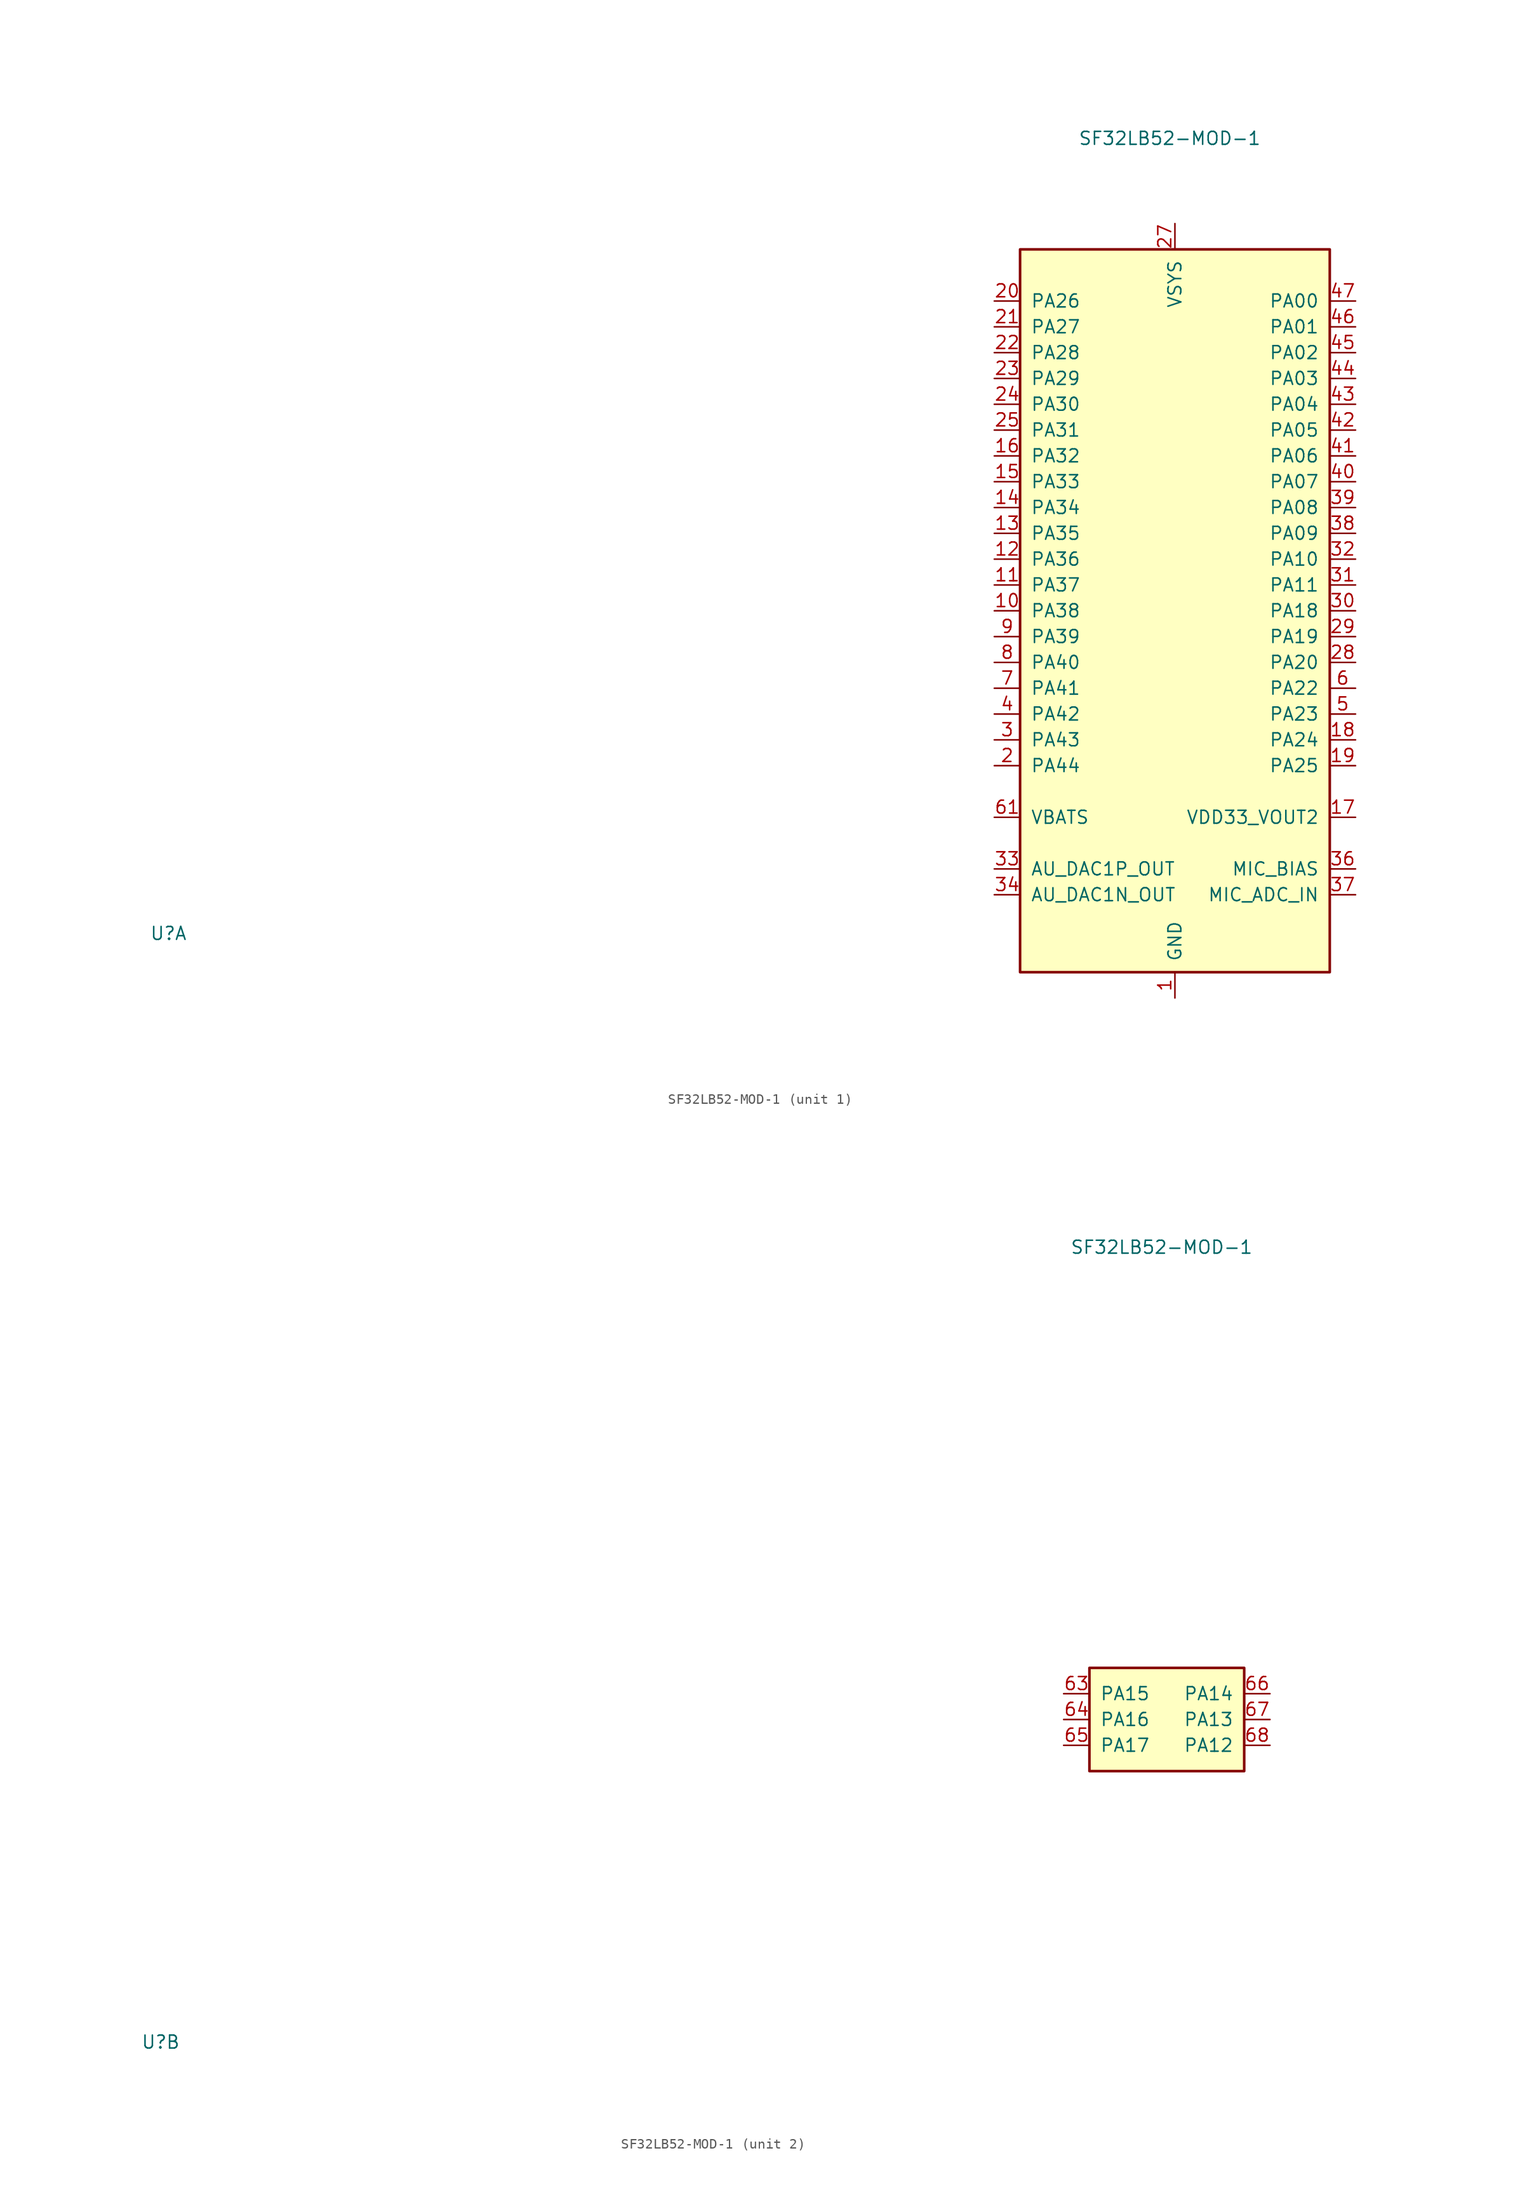
<source format=kicad_sym>
(kicad_symbol_lib
  (version 20241209)
  (generator "kicad_symbol_editor")
  (generator_version "9.0")
  (symbol "SF32LB52-MOD-1"
    (pin_names
      (offset 1.016))
    (property "Reference" "U"
      (at -99.06 -31.75 0)
      (effects (font (size 1.27 1.27))))
    (property "Value" "SF32LB52-MOD-1"
      (at -0.508 46.482 0)
      (effects (font (size 1.27 1.27))))
    (symbol "SF32LB52-MOD-1_1_1"
      (rectangle (start -15.24 35.56) (end 15.24 -35.56) (stroke (width 0.254) (type solid)) (fill (type background)))
      (pin bidirectional line (at -17.78 30.48 0) (length 2.54) (name "PA26" (effects (font (size 1.27 1.27)))) (number "20" (effects (font (size 1.27 1.27)))))
      (pin bidirectional line (at -17.78 27.94 0) (length 2.54) (name "PA27" (effects (font (size 1.27 1.27)))) (number "21" (effects (font (size 1.27 1.27)))))
      (pin bidirectional line (at -17.78 25.4 0) (length 2.54) (name "PA28" (effects (font (size 1.27 1.27)))) (number "22" (effects (font (size 1.27 1.27)))))
      (pin bidirectional line (at -17.78 22.86 0) (length 2.54) (name "PA29" (effects (font (size 1.27 1.27)))) (number "23" (effects (font (size 1.27 1.27)))))
      (pin bidirectional line (at -17.78 20.32 0) (length 2.54) (name "PA30" (effects (font (size 1.27 1.27)))) (number "24" (effects (font (size 1.27 1.27)))))
      (pin bidirectional line (at -17.78 17.78 0) (length 2.54) (name "PA31" (effects (font (size 1.27 1.27)))) (number "25" (effects (font (size 1.27 1.27)))))
      (pin bidirectional line (at -17.78 15.24 0) (length 2.54) (name "PA32" (effects (font (size 1.27 1.27)))) (number "16" (effects (font (size 1.27 1.27)))))
      (pin bidirectional line (at -17.78 12.7 0) (length 2.54) (name "PA33" (effects (font (size 1.27 1.27)))) (number "15" (effects (font (size 1.27 1.27)))))
      (pin bidirectional line (at -17.78 10.16 0) (length 2.54) (name "PA34" (effects (font (size 1.27 1.27)))) (number "14" (effects (font (size 1.27 1.27)))))
      (pin bidirectional line (at -17.78 7.62 0) (length 2.54) (name "PA35" (effects (font (size 1.27 1.27)))) (number "13" (effects (font (size 1.27 1.27)))))
      (pin bidirectional line (at -17.78 5.08 0) (length 2.54) (name "PA36" (effects (font (size 1.27 1.27)))) (number "12" (effects (font (size 1.27 1.27)))))
      (pin bidirectional line (at -17.78 2.54 0) (length 2.54) (name "PA37" (effects (font (size 1.27 1.27)))) (number "11" (effects (font (size 1.27 1.27)))))
      (pin bidirectional line (at -17.78 0 0) (length 2.54) (name "PA38" (effects (font (size 1.27 1.27)))) (number "10" (effects (font (size 1.27 1.27)))))
      (pin bidirectional line (at -17.78 -2.54 0) (length 2.54) (name "PA39" (effects (font (size 1.27 1.27)))) (number "9" (effects (font (size 1.27 1.27)))))
      (pin bidirectional line (at -17.78 -5.08 0) (length 2.54) (name "PA40" (effects (font (size 1.27 1.27)))) (number "8" (effects (font (size 1.27 1.27)))))
      (pin bidirectional line (at -17.78 -7.62 0) (length 2.54) (name "PA41" (effects (font (size 1.27 1.27)))) (number "7" (effects (font (size 1.27 1.27)))))
      (pin bidirectional line (at -17.78 -10.16 0) (length 2.54) (name "PA42" (effects (font (size 1.27 1.27)))) (number "4" (effects (font (size 1.27 1.27)))))
      (pin bidirectional line (at -17.78 -12.7 0) (length 2.54) (name "PA43" (effects (font (size 1.27 1.27)))) (number "3" (effects (font (size 1.27 1.27)))))
      (pin bidirectional line (at -17.78 -15.24 0) (length 2.54) (name "PA44" (effects (font (size 1.27 1.27)))) (number "2" (effects (font (size 1.27 1.27)))))
      (pin input line (at -17.78 -20.32 0) (length 2.54) (name "VBATS" (effects (font (size 1.27 1.27)))) (number "61" (effects (font (size 1.27 1.27)))))
      (pin output line (at -17.78 -25.4 0) (length 2.54) (name "AU_DAC1P_OUT" (effects (font (size 1.27 1.27)))) (number "33" (effects (font (size 1.27 1.27)))))
      (pin output line (at -17.78 -27.94 0) (length 2.54) (name "AU_DAC1N_OUT" (effects (font (size 1.27 1.27)))) (number "34" (effects (font (size 1.27 1.27)))))
      (pin power_in line (at 0 38.1 270) (length 2.54) (name "VSYS" (effects (font (size 1.27 1.27)))) (number "27" (effects (font (size 1.27 1.27)))))
      (pin power_in line (at 0 -38.1 90) (length 2.54) (name "GND" (effects (font (size 1.27 1.27)))) (number "1" (effects (font (size 1.27 1.27)))))
      (pin passive line (at 0 -38.1 90) (length 2.54) (hide yes) (name "GND" (effects (font (size 1.27 1.27)))) (number "26" (effects (font (size 1.27 1.27)))))
      (pin passive line (at 0 -38.1 90) (length 2.54) (hide yes) (name "GND" (effects (font (size 1.27 1.27)))) (number "35" (effects (font (size 1.27 1.27)))))
      (pin passive line (at 0 -38.1 90) (length 2.54) (hide yes) (name "GND" (effects (font (size 1.27 1.27)))) (number "48" (effects (font (size 1.27 1.27)))))
      (pin passive line (at 0 -38.1 90) (length 2.54) (hide yes) (name "GND" (effects (font (size 1.27 1.27)))) (number "49" (effects (font (size 1.27 1.27)))))
      (pin passive line (at 0 -38.1 90) (length 2.54) (hide yes) (name "GND" (effects (font (size 1.27 1.27)))) (number "50" (effects (font (size 1.27 1.27)))))
      (pin passive line (at 0 -38.1 90) (length 2.54) (hide yes) (name "GND" (effects (font (size 1.27 1.27)))) (number "51" (effects (font (size 1.27 1.27)))))
      (pin passive line (at 0 -38.1 90) (length 2.54) (hide yes) (name "GND" (effects (font (size 1.27 1.27)))) (number "52" (effects (font (size 1.27 1.27)))))
      (pin passive line (at 0 -38.1 90) (length 2.54) (hide yes) (name "GND" (effects (font (size 1.27 1.27)))) (number "53" (effects (font (size 1.27 1.27)))))
      (pin passive line (at 0 -38.1 90) (length 2.54) (hide yes) (name "GND" (effects (font (size 1.27 1.27)))) (number "54" (effects (font (size 1.27 1.27)))))
      (pin passive line (at 0 -38.1 90) (length 2.54) (hide yes) (name "GND" (effects (font (size 1.27 1.27)))) (number "55" (effects (font (size 1.27 1.27)))))
      (pin passive line (at 0 -38.1 90) (length 2.54) (hide yes) (name "GND" (effects (font (size 1.27 1.27)))) (number "56" (effects (font (size 1.27 1.27)))))
      (pin passive line (at 0 -38.1 90) (length 2.54) (hide yes) (name "GND" (effects (font (size 1.27 1.27)))) (number "57" (effects (font (size 1.27 1.27)))))
      (pin passive line (at 0 -38.1 90) (length 2.54) (hide yes) (name "GND" (effects (font (size 1.27 1.27)))) (number "58" (effects (font (size 1.27 1.27)))))
      (pin passive line (at 0 -38.1 90) (length 2.54) (hide yes) (name "GND" (effects (font (size 1.27 1.27)))) (number "59" (effects (font (size 1.27 1.27)))))
      (pin passive line (at 0 -38.1 90) (length 2.54) (hide yes) (name "GND" (effects (font (size 1.27 1.27)))) (number "60" (effects (font (size 1.27 1.27)))))
      (pin bidirectional line (at 17.78 30.48 180) (length 2.54) (name "PA00" (effects (font (size 1.27 1.27)))) (number "47" (effects (font (size 1.27 1.27)))))
      (pin bidirectional line (at 17.78 27.94 180) (length 2.54) (name "PA01" (effects (font (size 1.27 1.27)))) (number "46" (effects (font (size 1.27 1.27)))))
      (pin bidirectional line (at 17.78 25.4 180) (length 2.54) (name "PA02" (effects (font (size 1.27 1.27)))) (number "45" (effects (font (size 1.27 1.27)))))
      (pin bidirectional line (at 17.78 22.86 180) (length 2.54) (name "PA03" (effects (font (size 1.27 1.27)))) (number "44" (effects (font (size 1.27 1.27)))))
      (pin bidirectional line (at 17.78 20.32 180) (length 2.54) (name "PA04" (effects (font (size 1.27 1.27)))) (number "43" (effects (font (size 1.27 1.27)))))
      (pin bidirectional line (at 17.78 17.78 180) (length 2.54) (name "PA05" (effects (font (size 1.27 1.27)))) (number "42" (effects (font (size 1.27 1.27)))))
      (pin bidirectional line (at 17.78 15.24 180) (length 2.54) (name "PA06" (effects (font (size 1.27 1.27)))) (number "41" (effects (font (size 1.27 1.27)))))
      (pin bidirectional line (at 17.78 12.7 180) (length 2.54) (name "PA07" (effects (font (size 1.27 1.27)))) (number "40" (effects (font (size 1.27 1.27)))))
      (pin bidirectional line (at 17.78 10.16 180) (length 2.54) (name "PA08" (effects (font (size 1.27 1.27)))) (number "39" (effects (font (size 1.27 1.27)))))
      (pin bidirectional line (at 17.78 7.62 180) (length 2.54) (name "PA09" (effects (font (size 1.27 1.27)))) (number "38" (effects (font (size 1.27 1.27)))))
      (pin bidirectional line (at 17.78 5.08 180) (length 2.54) (name "PA10" (effects (font (size 1.27 1.27)))) (number "32" (effects (font (size 1.27 1.27)))))
      (pin bidirectional line (at 17.78 2.54 180) (length 2.54) (name "PA11" (effects (font (size 1.27 1.27)))) (number "31" (effects (font (size 1.27 1.27)))))
      (pin bidirectional line (at 17.78 0 180) (length 2.54) (name "PA18" (effects (font (size 1.27 1.27)))) (number "30" (effects (font (size 1.27 1.27)))))
      (pin bidirectional line (at 17.78 -2.54 180) (length 2.54) (name "PA19" (effects (font (size 1.27 1.27)))) (number "29" (effects (font (size 1.27 1.27)))))
      (pin bidirectional line (at 17.78 -5.08 180) (length 2.54) (name "PA20" (effects (font (size 1.27 1.27)))) (number "28" (effects (font (size 1.27 1.27)))))
      (pin bidirectional line (at 17.78 -7.62 180) (length 2.54) (name "PA22" (effects (font (size 1.27 1.27)))) (number "6" (effects (font (size 1.27 1.27)))))
      (pin bidirectional line (at 17.78 -10.16 180) (length 2.54) (name "PA23" (effects (font (size 1.27 1.27)))) (number "5" (effects (font (size 1.27 1.27)))))
      (pin bidirectional line (at 17.78 -12.7 180) (length 2.54) (name "PA24" (effects (font (size 1.27 1.27)))) (number "18" (effects (font (size 1.27 1.27)))))
      (pin bidirectional line (at 17.78 -15.24 180) (length 2.54) (name "PA25" (effects (font (size 1.27 1.27)))) (number "19" (effects (font (size 1.27 1.27)))))
      (pin input line (at 17.78 -20.32 180) (length 2.54) (name "VDD33_VOUT2" (effects (font (size 1.27 1.27)))) (number "17" (effects (font (size 1.27 1.27)))))
      (pin power_out line (at 17.78 -25.4 180) (length 2.54) (name "MIC_BIAS" (effects (font (size 1.27 1.27)))) (number "36" (effects (font (size 1.27 1.27)))))
      (pin input line (at 17.78 -27.94 180) (length 2.54) (name "MIC_ADC_IN" (effects (font (size 1.27 1.27)))) (number "37" (effects (font (size 1.27 1.27))))))
    (symbol "SF32LB52-MOD-1_2_1"
      (rectangle (start -7.62 5.08) (end 7.62 -5.08) (stroke (width 0.254) (type solid)) (fill (type background)))
      (pin bidirectional line (at -10.16 2.54 0) (length 2.54) (name "PA15" (effects (font (size 1.27 1.27)))) (number "63" (effects (font (size 1.27 1.27)))))
      (pin bidirectional line (at -10.16 0 0) (length 2.54) (name "PA16" (effects (font (size 1.27 1.27)))) (number "64" (effects (font (size 1.27 1.27)))))
      (pin bidirectional line (at -10.16 -2.54 0) (length 2.54) (name "PA17" (effects (font (size 1.27 1.27)))) (number "65" (effects (font (size 1.27 1.27)))))
      (pin no_connect line (at 0 -5.08 90) (length 2.54) (hide yes) (name "NC" (effects (font (size 1.27 1.27)))) (number "62" (effects (font (size 1.27 1.27)))))
      (pin bidirectional line (at 10.16 2.54 180) (length 2.54) (name "PA14" (effects (font (size 1.27 1.27)))) (number "66" (effects (font (size 1.27 1.27)))))
      (pin bidirectional line (at 10.16 0 180) (length 2.54) (name "PA13" (effects (font (size 1.27 1.27)))) (number "67" (effects (font (size 1.27 1.27)))))
      (pin bidirectional line (at 10.16 -2.54 180) (length 2.54) (name "PA12" (effects (font (size 1.27 1.27)))) (number "68" (effects (font (size 1.27 1.27))))))))
</source>
